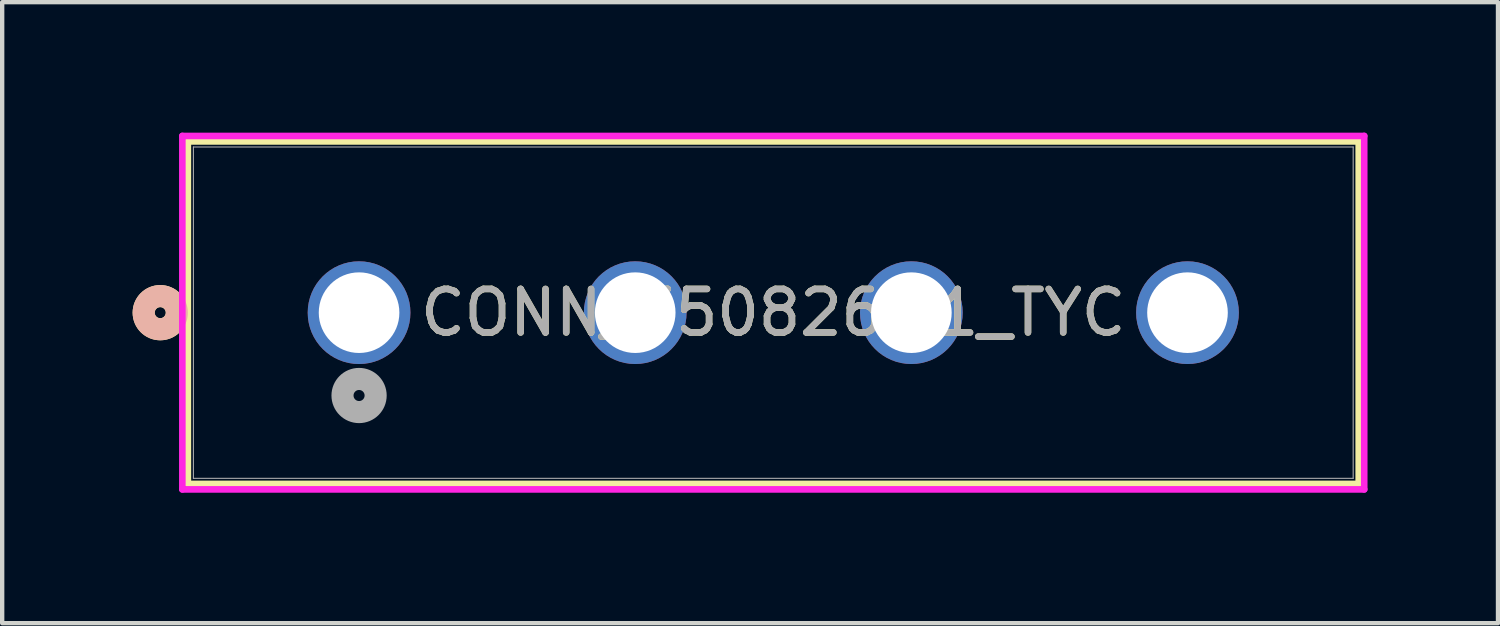
<source format=kicad_pcb>
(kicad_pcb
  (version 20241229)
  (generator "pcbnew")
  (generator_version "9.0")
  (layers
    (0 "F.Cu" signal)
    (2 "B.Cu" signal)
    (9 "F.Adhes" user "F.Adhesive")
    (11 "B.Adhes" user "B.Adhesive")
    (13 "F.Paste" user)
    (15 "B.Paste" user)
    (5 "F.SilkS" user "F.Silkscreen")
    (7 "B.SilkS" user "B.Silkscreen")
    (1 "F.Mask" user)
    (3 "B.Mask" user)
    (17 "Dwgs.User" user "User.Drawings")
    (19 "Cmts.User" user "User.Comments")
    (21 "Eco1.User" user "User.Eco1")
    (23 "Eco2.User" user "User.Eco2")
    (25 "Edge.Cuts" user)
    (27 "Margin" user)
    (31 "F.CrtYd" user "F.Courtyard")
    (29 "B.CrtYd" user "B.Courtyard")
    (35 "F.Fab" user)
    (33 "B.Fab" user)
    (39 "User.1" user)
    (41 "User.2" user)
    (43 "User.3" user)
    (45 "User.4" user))
  (footprint "CONN_350826-1_TYC"
    (layer "F.Cu")
    (at 5.207 4.14)
    (property "Reference" "CONN_350826-1_TYC" (at 9.525 0 0) (unlocked yes) (layer "F.SilkS") (effects (font (size 1 1) (thickness 0.15))))
    (attr through_hole)
    (fp_line (start -3.937 -3.937) (end -3.937 3.937) (stroke (width 0.152) (type solid)) (layer "F.SilkS"))
    (fp_line (start -3.937 3.937) (end 22.987 3.937) (stroke (width 0.152) (type solid)) (layer "F.SilkS"))
    (fp_line (start 22.987 -3.937) (end -3.937 -3.937) (stroke (width 0.152) (type solid)) (layer "F.SilkS"))
    (fp_line (start 22.987 3.937) (end 22.987 -3.937) (stroke (width 0.152) (type solid)) (layer "F.SilkS"))
    (fp_circle (center -4.572 0) (end -4.191 0) (stroke (width 0.508) (type solid)) (fill no) (layer "F.SilkS"))
    (fp_circle (center -4.572 0) (end -4.191 0) (stroke (width 0.508) (type solid)) (fill no) (layer "B.SilkS"))
    (fp_line (start -4.064 -4.064) (end -4.064 4.064) (stroke (width 0.152) (type solid)) (layer "F.CrtYd"))
    (fp_line (start -4.064 4.064) (end 23.114 4.064) (stroke (width 0.152) (type solid)) (layer "F.CrtYd"))
    (fp_line (start 23.114 -4.064) (end -4.064 -4.064) (stroke (width 0.152) (type solid)) (layer "F.CrtYd"))
    (fp_line (start 23.114 4.064) (end 23.114 -4.064) (stroke (width 0.152) (type solid)) (layer "F.CrtYd"))
    (fp_line (start -3.81 -3.81) (end -3.81 3.81) (stroke (width 0.025) (type solid)) (layer "F.Fab"))
    (fp_line (start -3.81 3.81) (end 22.86 3.81) (stroke (width 0.025) (type solid)) (layer "F.Fab"))
    (fp_line (start 22.86 -3.81) (end -3.81 -3.81) (stroke (width 0.025) (type solid)) (layer "F.Fab"))
    (fp_line (start 22.86 3.81) (end 22.86 -3.81) (stroke (width 0.025) (type solid)) (layer "F.Fab"))
    (fp_circle (center 0 1.905) (end 0.381 1.905) (stroke (width 0.508) (type solid)) (fill no) (layer "F.Fab"))
    (fp_text user "${REFERENCE}" (at 9.525 0 0) (unlocked yes) (layer "F.Fab") (effects (font (size 1 1) (thickness 0.15))))
    (pad "1" thru_hole circle (at 0 0) (size 2.362 2.362) (drill 1.854) (layers "*.Cu" "*.Mask"))
    (pad "2" thru_hole circle (at 6.35 0) (size 2.362 2.362) (drill 1.854) (layers "*.Cu" "*.Mask"))
    (pad "3" thru_hole circle (at 12.7 0) (size 2.362 2.362) (drill 1.854) (layers "*.Cu" "*.Mask"))
    (pad "4" thru_hole circle (at 19.05 0) (size 2.362 2.362) (drill 1.854) (layers "*.Cu" "*.Mask")))
  (gr_rect
    (start -3 -3)
    (end 31.397 11.28)
    (stroke (width 0.1) (type default))
    (fill no)
    (layer "Edge.Cuts")))
</source>
